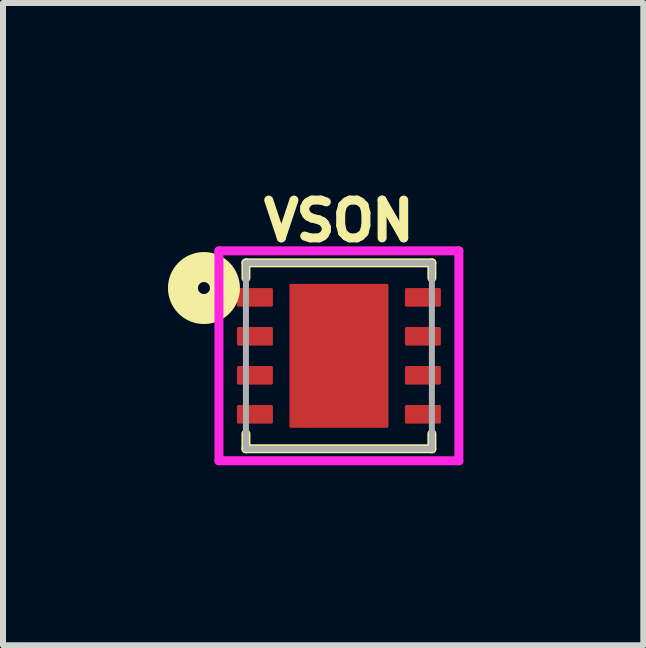
<source format=kicad_pcb>
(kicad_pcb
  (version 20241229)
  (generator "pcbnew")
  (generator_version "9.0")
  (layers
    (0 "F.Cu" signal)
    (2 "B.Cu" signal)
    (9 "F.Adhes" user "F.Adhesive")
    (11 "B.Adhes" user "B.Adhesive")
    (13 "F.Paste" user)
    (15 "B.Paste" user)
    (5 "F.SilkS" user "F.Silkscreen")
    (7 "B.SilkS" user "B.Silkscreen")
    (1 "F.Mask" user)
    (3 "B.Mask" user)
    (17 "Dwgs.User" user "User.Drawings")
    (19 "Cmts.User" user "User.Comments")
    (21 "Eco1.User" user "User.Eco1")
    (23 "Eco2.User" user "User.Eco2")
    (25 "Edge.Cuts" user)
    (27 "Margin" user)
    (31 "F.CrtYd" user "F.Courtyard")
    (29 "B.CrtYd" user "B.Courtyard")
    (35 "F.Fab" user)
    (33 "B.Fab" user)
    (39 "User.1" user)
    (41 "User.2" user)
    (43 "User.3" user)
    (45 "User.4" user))
  (footprint "VSON"
    (layer "F.Cu")
    (at 2.6 2.882)
    (property "Reference" "VSON" (at 0 -2.25 0) (layer "F.SilkS") (effects (font (size 0.63 0.63) (thickness 0.15))))
    (attr smd)
    (fp_line (start -1.55 -1.55) (end 1.55 -1.55) (stroke (width 0.15) (type solid)) (layer "F.SilkS"))
    (fp_line (start -1.55 -1.3) (end -1.55 -1.55) (stroke (width 0.15) (type solid)) (layer "F.SilkS"))
    (fp_line (start -1.55 1.3) (end -1.55 1.55) (stroke (width 0.15) (type solid)) (layer "F.SilkS"))
    (fp_line (start -1.55 1.55) (end 1.55 1.55) (stroke (width 0.15) (type solid)) (layer "F.SilkS"))
    (fp_line (start 1.55 -1.55) (end 1.55 -1.3) (stroke (width 0.15) (type solid)) (layer "F.SilkS"))
    (fp_line (start 1.55 1.55) (end 1.55 1.3) (stroke (width 0.15) (type solid)) (layer "F.SilkS"))
    (fp_circle (center -2.25 -1.13) (end -2.15 -1.13) (stroke (width 0.5) (type solid)) (fill no) (layer "F.SilkS"))
    (fp_line (start -2 -1.75) (end 2 -1.75) (stroke (width 0.15) (type solid)) (layer "F.CrtYd"))
    (fp_line (start -2 1.75) (end -2 -1.75) (stroke (width 0.15) (type solid)) (layer "F.CrtYd"))
    (fp_line (start 2 -1.75) (end 2 1.75) (stroke (width 0.15) (type solid)) (layer "F.CrtYd"))
    (fp_line (start 2 1.75) (end -2 1.75) (stroke (width 0.15) (type solid)) (layer "F.CrtYd"))
    (fp_line (start -1.55 -1.55) (end -1.55 1.55) (stroke (width 0.1) (type solid)) (layer "F.Fab"))
    (fp_line (start -1.55 1.55) (end 1.55 1.55) (stroke (width 0.1) (type solid)) (layer "F.Fab"))
    (fp_line (start 1.55 -1.55) (end -1.55 -1.55) (stroke (width 0.1) (type solid)) (layer "F.Fab"))
    (fp_line (start 1.55 1.55) (end 1.55 -1.55) (stroke (width 0.1) (type solid)) (layer "F.Fab"))
    (pad "1" smd roundrect (at -1.4 -0.975) (size 0.6 0.31) (layers "F.Cu" "F.Mask" "F.Paste") (roundrect_rratio 0.08))
    (pad "2" smd roundrect (at -1.4 -0.325) (size 0.6 0.31) (layers "F.Cu" "F.Mask" "F.Paste") (roundrect_rratio 0.08))
    (pad "3" smd roundrect (at -1.4 0.325) (size 0.6 0.31) (layers "F.Cu" "F.Mask" "F.Paste") (roundrect_rratio 0.08))
    (pad "4" smd roundrect (at -1.4 0.975) (size 0.6 0.31) (layers "F.Cu" "F.Mask" "F.Paste") (roundrect_rratio 0.08))
    (pad "5" smd roundrect (at 1.4 0.975) (size 0.6 0.31) (layers "F.Cu" "F.Mask" "F.Paste") (roundrect_rratio 0.08))
    (pad "6" smd roundrect (at 1.4 0.325) (size 0.6 0.31) (layers "F.Cu" "F.Mask" "F.Paste") (roundrect_rratio 0.08))
    (pad "7" smd roundrect (at 1.4 -0.325) (size 0.6 0.31) (layers "F.Cu" "F.Mask" "F.Paste") (roundrect_rratio 0.08))
    (pad "8" smd roundrect (at 1.4 -0.975) (size 0.6 0.31) (layers "F.Cu" "F.Mask" "F.Paste") (roundrect_rratio 0.08))
    (pad "PAD" smd roundrect (at 0 0) (size 1.65 2.4) (layers "F.Cu" "F.Mask" "F.Paste") (roundrect_rratio 0.015)))
  (gr_rect
    (start -3 -3)
    (end 7.675 7.707)
    (stroke (width 0.1) (type default))
    (fill no)
    (layer "Edge.Cuts")))
</source>
